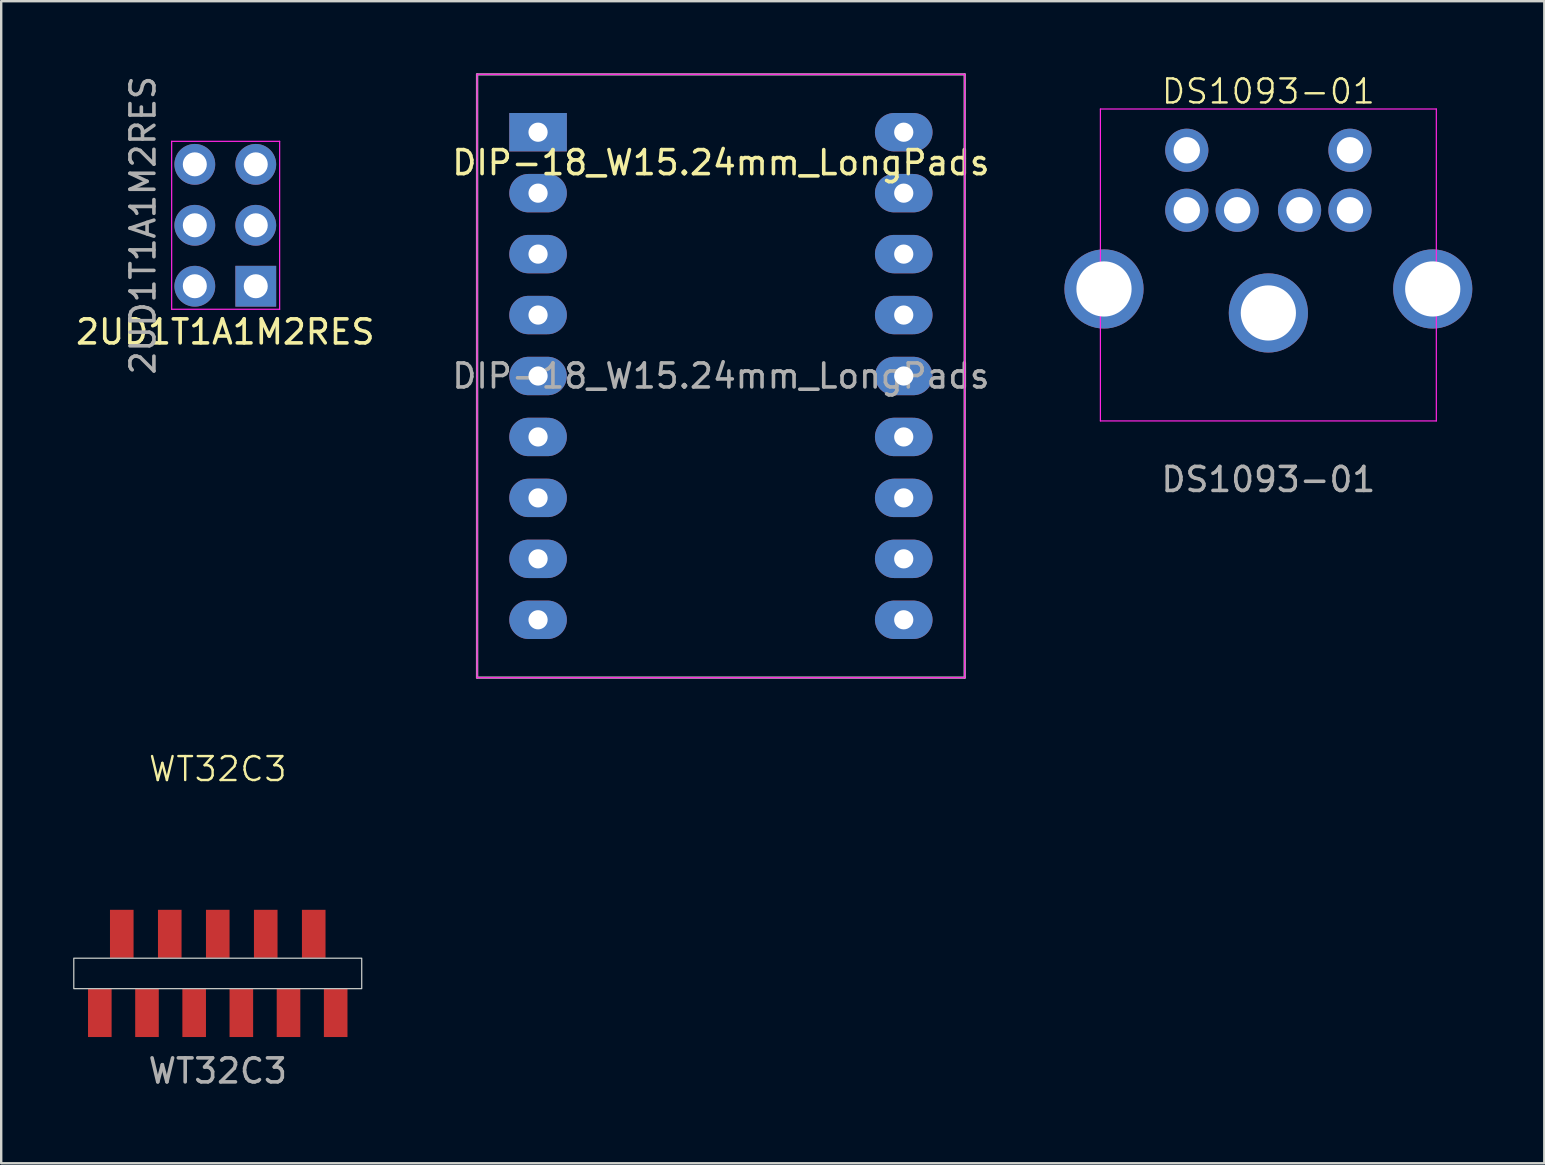
<source format=kicad_pcb>
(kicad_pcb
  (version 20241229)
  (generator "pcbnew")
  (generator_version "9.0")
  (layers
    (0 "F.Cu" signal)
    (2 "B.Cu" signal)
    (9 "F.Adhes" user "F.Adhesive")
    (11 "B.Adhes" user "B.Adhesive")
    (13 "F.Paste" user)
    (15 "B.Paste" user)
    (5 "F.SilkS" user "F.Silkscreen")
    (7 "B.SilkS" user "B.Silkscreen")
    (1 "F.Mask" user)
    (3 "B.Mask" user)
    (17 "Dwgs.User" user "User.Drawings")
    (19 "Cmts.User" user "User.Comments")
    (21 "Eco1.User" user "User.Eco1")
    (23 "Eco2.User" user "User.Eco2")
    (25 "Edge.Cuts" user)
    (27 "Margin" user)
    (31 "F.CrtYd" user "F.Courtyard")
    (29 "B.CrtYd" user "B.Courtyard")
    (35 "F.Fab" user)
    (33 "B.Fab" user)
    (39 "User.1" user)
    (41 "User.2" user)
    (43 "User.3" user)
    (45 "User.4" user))
  (footprint "2UD1T1A1M2RES"
    (layer "F.Cu")
    (at 5.069 3.799)
    (property "Reference" "2UD1T1A1M2RES" (at 1.27 6.985 180) (layer "F.SilkS") (effects (font (size 1 1) (thickness 0.15))))
    (attr through_hole)
    (fp_line (start -0.965 -0.96) (end -0.965 6.04) (stroke (width 0.05) (type solid)) (layer "F.CrtYd"))
    (fp_line (start -0.965 6.04) (end 3.535 6.04) (stroke (width 0.05) (type solid)) (layer "F.CrtYd"))
    (fp_line (start 3.535 -0.96) (end -0.965 -0.96) (stroke (width 0.05) (type solid)) (layer "F.CrtYd"))
    (fp_line (start 3.535 6.04) (end 3.535 -0.96) (stroke (width 0.05) (type solid)) (layer "F.CrtYd"))
    (fp_text user "${REFERENCE}" (at -2.159 2.54 270) (layer "F.Fab") (effects (font (size 1 1) (thickness 0.15))))
    (pad "1" thru_hole rect (at 2.54 5.08 180) (size 1.7 1.7) (drill 1) (layers "*.Cu" "*.Mask"))
    (pad "2" thru_hole oval (at 2.54 2.54 180) (size 1.7 1.7) (drill 1) (layers "*.Cu" "*.Mask"))
    (pad "3" thru_hole oval (at 2.54 0 180) (size 1.7 1.7) (drill 1) (layers "*.Cu" "*.Mask"))
    (pad "4" thru_hole oval (at 0 5.08 180) (size 1.7 1.7) (drill 1) (layers "*.Cu" "*.Mask"))
    (pad "5" thru_hole oval (at 0 2.54 180) (size 1.7 1.7) (drill 1) (layers "*.Cu" "*.Mask"))
    (pad "6" thru_hole oval (at 0 0 180) (size 1.7 1.7) (drill 1) (layers "*.Cu" "*.Mask")))
  (footprint "DS1093-01"
    (layer "F.Cu")
    (at 49.81 5.713)
    (property "Reference" "DS1093-01" (at 0 -4.952 0) (unlocked yes) (layer "F.SilkS") (effects (font (size 1 1) (thickness 0.1))))
    (attr through_hole)
    (fp_line (start -7 -4.22) (end 7 -4.22) (stroke (width 0.05) (type default)) (layer "F.CrtYd"))
    (fp_line (start -7 8.78) (end -7 -4.22) (stroke (width 0.05) (type default)) (layer "F.CrtYd"))
    (fp_line (start -7 8.78) (end 7 8.78) (stroke (width 0.05) (type default)) (layer "F.CrtYd"))
    (fp_line (start 7 8.78) (end 7 -4.22) (stroke (width 0.05) (type default)) (layer "F.CrtYd"))
    (fp_text user "${REFERENCE}" (at 0 11.221 0) (unlocked yes) (layer "F.Fab") (effects (font (size 1 1) (thickness 0.15))))
    (pad "1" thru_hole circle (at 1.3 0) (size 1.8 1.8) (drill 1.1) (layers "*.Cu" "*.Mask"))
    (pad "2" thru_hole circle (at -1.3 0) (size 1.8 1.8) (drill 1.1) (layers "*.Cu" "*.Mask"))
    (pad "3" thru_hole circle (at 3.4 0) (size 1.8 1.8) (drill 1.1) (layers "*.Cu" "*.Mask"))
    (pad "4" thru_hole circle (at -3.4 0) (size 1.8 1.8) (drill 1.1) (layers "*.Cu" "*.Mask"))
    (pad "5" thru_hole circle (at 3.4 -2.5) (size 1.8 1.8) (drill 1.1) (layers "*.Cu" "*.Mask"))
    (pad "6" thru_hole circle (at -3.4 -2.5) (size 1.8 1.8) (drill 1.1) (layers "*.Cu" "*.Mask"))
    (pad "SH" thru_hole circle (at -6.85 3.28) (size 3.3 3.3) (drill 2.3) (layers "*.Cu" "*.Mask"))
    (pad "SH" thru_hole circle (at 0 4.28) (size 3.3 3.3) (drill 2.3) (layers "*.Cu" "*.Mask"))
    (pad "SH" thru_hole circle (at 6.85 3.28) (size 3.3 3.3) (drill 2.3) (layers "*.Cu" "*.Mask")))
  (footprint "WT32C3"
    (layer "F.Cu")
    (at 6.025 37.518)
    (property "Reference" "WT32C3" (at 0 -8.517 0) (unlocked yes) (layer "F.SilkS") (effects (font (size 1 1) (thickness 0.1))))
    (attr through_hole)
    (fp_rect (start -6 -0.635) (end 6 0.635) (stroke (width 0.05) (type default)) (fill no) (layer "Edge.Cuts"))
    (fp_text user "${REFERENCE}" (at 0 4.064 0) (unlocked yes) (layer "F.Fab") (effects (font (size 1 1) (thickness 0.15))))
    (pad "1" smd rect (at 4 -1.651) (size 0.983 2) (layers "F.Cu" "F.Mask"))
    (pad "2" smd rect (at 2 -1.651) (size 0.983 2) (layers "F.Cu" "F.Mask"))
    (pad "3" smd rect (at -2 -1.651) (size 0.983 2) (layers "F.Cu" "F.Mask"))
    (pad "3" smd rect (at 0 -1.651) (size 0.983 2) (layers "F.Cu" "F.Mask"))
    (pad "5" smd rect (at -4 -1.651) (size 0.983 2) (layers "F.Cu" "F.Mask"))
    (pad "6" smd rect (at -4.915 1.651) (size 0.983 2) (layers "F.Cu" "F.Mask"))
    (pad "7" smd rect (at -2.949 1.651) (size 0.983 2) (layers "F.Cu" "F.Mask"))
    (pad "8" smd rect (at -0.983 1.651) (size 0.983 2) (layers "F.Cu" "F.Mask"))
    (pad "9" smd rect (at 0.983 1.651) (size 0.983 2) (layers "F.Cu" "F.Mask"))
    (pad "10" smd rect (at 2.949 1.651) (size 0.983 2) (layers "F.Cu" "F.Mask"))
    (pad "11" smd rect (at 4.915 1.651) (size 0.983 2) (layers "F.Cu" "F.Mask")))
  (footprint "DIP-18_W15.24mm_LongPads"
    (layer "F.Cu")
    (at 19.374 2.46)
    (property "Reference" "DIP-18_W15.24mm_LongPads" (at 7.62 1.27 0) (layer "F.SilkS") (effects (font (size 1 1) (thickness 0.15))))
    (attr through_hole)
    (fp_line (start -2.54 -2.413) (end -2.54 22.733) (stroke (width 0.05) (type solid)) (layer "F.CrtYd"))
    (fp_line (start -2.54 22.733) (end 17.78 22.733) (stroke (width 0.05) (type solid)) (layer "F.CrtYd"))
    (fp_line (start 17.78 -2.413) (end -2.54 -2.413) (stroke (width 0.05) (type solid)) (layer "F.CrtYd"))
    (fp_line (start 17.78 22.733) (end 17.78 -2.413) (stroke (width 0.05) (type solid)) (layer "F.CrtYd"))
    (fp_line (start -2.54 22.73) (end -2.54 -2.41) (stroke (width 0.1) (type default)) (layer "F.Fab"))
    (fp_line (start 17.78 -2.41) (end -2.54 -2.41) (stroke (width 0.1) (type solid)) (layer "F.Fab"))
    (fp_line (start 17.78 22.73) (end -2.54 22.73) (stroke (width 0.1) (type solid)) (layer "F.Fab"))
    (fp_line (start 17.78 22.73) (end 17.78 -2.41) (stroke (width 0.1) (type default)) (layer "F.Fab"))
    (fp_text user "${REFERENCE}" (at 7.62 10.16 0) (layer "F.Fab") (effects (font (size 1 1) (thickness 0.15))))
    (pad "1" thru_hole rect (at 0 0) (size 2.4 1.6) (drill 0.8) (layers "*.Cu" "*.Mask"))
    (pad "2" thru_hole oval (at 0 2.54) (size 2.4 1.6) (drill 0.8) (layers "*.Cu" "*.Mask"))
    (pad "3" thru_hole oval (at 0 5.08) (size 2.4 1.6) (drill 0.8) (layers "*.Cu" "*.Mask"))
    (pad "4" thru_hole oval (at 0 7.62) (size 2.4 1.6) (drill 0.8) (layers "*.Cu" "*.Mask"))
    (pad "5" thru_hole oval (at 0 10.16) (size 2.4 1.6) (drill 0.8) (layers "*.Cu" "*.Mask"))
    (pad "6" thru_hole oval (at 0 12.7) (size 2.4 1.6) (drill 0.8) (layers "*.Cu" "*.Mask"))
    (pad "7" thru_hole oval (at 0 15.24) (size 2.4 1.6) (drill 0.8) (layers "*.Cu" "*.Mask"))
    (pad "8" thru_hole oval (at 0 17.78) (size 2.4 1.6) (drill 0.8) (layers "*.Cu" "*.Mask"))
    (pad "9" thru_hole oval (at 0 20.32) (size 2.4 1.6) (drill 0.8) (layers "*.Cu" "*.Mask"))
    (pad "10" thru_hole oval (at 15.24 20.32) (size 2.4 1.6) (drill 0.8) (layers "*.Cu" "*.Mask"))
    (pad "11" thru_hole oval (at 15.24 17.78) (size 2.4 1.6) (drill 0.8) (layers "*.Cu" "*.Mask"))
    (pad "12" thru_hole oval (at 15.24 15.24) (size 2.4 1.6) (drill 0.8) (layers "*.Cu" "*.Mask"))
    (pad "13" thru_hole oval (at 15.24 12.7) (size 2.4 1.6) (drill 0.8) (layers "*.Cu" "*.Mask"))
    (pad "14" thru_hole oval (at 15.24 10.16) (size 2.4 1.6) (drill 0.8) (layers "*.Cu" "*.Mask"))
    (pad "15" thru_hole oval (at 15.24 7.62) (size 2.4 1.6) (drill 0.8) (layers "*.Cu" "*.Mask"))
    (pad "16" thru_hole oval (at 15.24 5.08) (size 2.4 1.6) (drill 0.8) (layers "*.Cu" "*.Mask"))
    (pad "17" thru_hole oval (at 15.24 2.54) (size 2.4 1.6) (drill 0.8) (layers "*.Cu" "*.Mask"))
    (pad "18" thru_hole oval (at 15.24 0) (size 2.4 1.6) (drill 0.8) (layers "*.Cu" "*.Mask")))
  (gr_rect
    (start -3 -3)
    (end 61.31 45.43)
    (stroke (width 0.1) (type default))
    (fill no)
    (layer "Edge.Cuts")))
</source>
